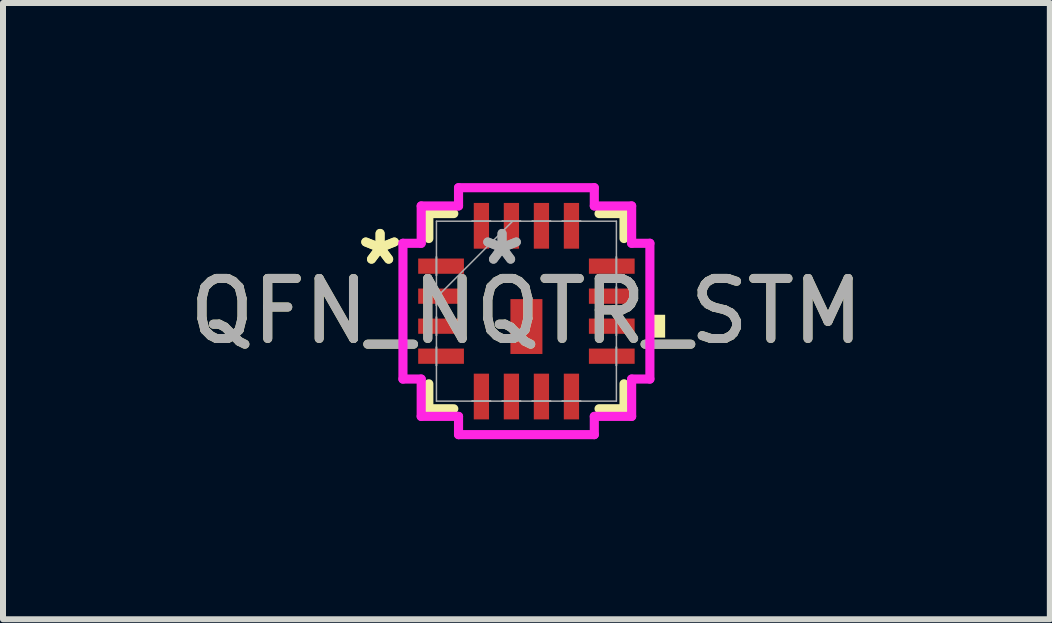
<source format=kicad_pcb>
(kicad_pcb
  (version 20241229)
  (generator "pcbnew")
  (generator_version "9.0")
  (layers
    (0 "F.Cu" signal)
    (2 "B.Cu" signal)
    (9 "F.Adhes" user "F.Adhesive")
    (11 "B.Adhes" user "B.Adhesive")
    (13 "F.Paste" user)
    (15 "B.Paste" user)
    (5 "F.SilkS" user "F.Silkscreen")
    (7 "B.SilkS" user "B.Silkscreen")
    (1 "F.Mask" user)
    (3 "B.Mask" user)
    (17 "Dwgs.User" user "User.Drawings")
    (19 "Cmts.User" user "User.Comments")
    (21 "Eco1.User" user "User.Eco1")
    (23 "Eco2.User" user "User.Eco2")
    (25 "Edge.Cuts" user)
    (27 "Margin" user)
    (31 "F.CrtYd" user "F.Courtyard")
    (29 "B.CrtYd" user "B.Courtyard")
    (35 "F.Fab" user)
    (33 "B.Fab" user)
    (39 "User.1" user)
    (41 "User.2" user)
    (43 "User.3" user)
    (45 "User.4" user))
  (footprint "QFN_NQTR_STM"
    (layer "F.Cu")
    (at 5.72 2.134)
    (property "Reference" "QFN_NQTR_STM" (at 0 0 0) (unlocked yes) (layer "F.SilkS") (effects (font (size 1 1) (thickness 0.15))))
    (attr smd)
    (fp_line (start -1.626 -1.626) (end -1.626 -1.21) (stroke (width 0.152) (type solid)) (layer "F.SilkS"))
    (fp_line (start -1.626 1.21) (end -1.626 1.626) (stroke (width 0.152) (type solid)) (layer "F.SilkS"))
    (fp_line (start -1.626 1.626) (end -1.21 1.626) (stroke (width 0.152) (type solid)) (layer "F.SilkS"))
    (fp_line (start -1.21 -1.626) (end -1.626 -1.626) (stroke (width 0.152) (type solid)) (layer "F.SilkS"))
    (fp_line (start 1.21 1.626) (end 1.626 1.626) (stroke (width 0.152) (type solid)) (layer "F.SilkS"))
    (fp_line (start 1.626 -1.626) (end 1.21 -1.626) (stroke (width 0.152) (type solid)) (layer "F.SilkS"))
    (fp_line (start 1.626 -1.21) (end 1.626 -1.626) (stroke (width 0.152) (type solid)) (layer "F.SilkS"))
    (fp_line (start 1.626 1.626) (end 1.626 1.21) (stroke (width 0.152) (type solid)) (layer "F.SilkS"))
    (fp_poly (pts (xy 2.311 0.06) (xy 2.311 0.441) (xy 2.057 0.441) (xy 2.057 0.06)) (stroke (width 0) (type solid)) (fill yes) (layer "F.SilkS"))
    (fp_line (start -2.057 -1.131) (end -1.753 -1.131) (stroke (width 0.152) (type solid)) (layer "F.CrtYd"))
    (fp_line (start -2.057 1.131) (end -2.057 -1.131) (stroke (width 0.152) (type solid)) (layer "F.CrtYd"))
    (fp_line (start -1.753 -1.753) (end -1.131 -1.753) (stroke (width 0.152) (type solid)) (layer "F.CrtYd"))
    (fp_line (start -1.753 -1.131) (end -1.753 -1.753) (stroke (width 0.152) (type solid)) (layer "F.CrtYd"))
    (fp_line (start -1.753 1.131) (end -2.057 1.131) (stroke (width 0.152) (type solid)) (layer "F.CrtYd"))
    (fp_line (start -1.753 1.753) (end -1.753 1.131) (stroke (width 0.152) (type solid)) (layer "F.CrtYd"))
    (fp_line (start -1.131 -2.057) (end 1.131 -2.057) (stroke (width 0.152) (type solid)) (layer "F.CrtYd"))
    (fp_line (start -1.131 -1.753) (end -1.131 -2.057) (stroke (width 0.152) (type solid)) (layer "F.CrtYd"))
    (fp_line (start -1.131 1.753) (end -1.753 1.753) (stroke (width 0.152) (type solid)) (layer "F.CrtYd"))
    (fp_line (start -1.131 2.057) (end -1.131 1.753) (stroke (width 0.152) (type solid)) (layer "F.CrtYd"))
    (fp_line (start 1.131 -2.057) (end 1.131 -1.753) (stroke (width 0.152) (type solid)) (layer "F.CrtYd"))
    (fp_line (start 1.131 -1.753) (end 1.753 -1.753) (stroke (width 0.152) (type solid)) (layer "F.CrtYd"))
    (fp_line (start 1.131 1.753) (end 1.131 2.057) (stroke (width 0.152) (type solid)) (layer "F.CrtYd"))
    (fp_line (start 1.131 2.057) (end -1.131 2.057) (stroke (width 0.152) (type solid)) (layer "F.CrtYd"))
    (fp_line (start 1.753 -1.753) (end 1.753 -1.131) (stroke (width 0.152) (type solid)) (layer "F.CrtYd"))
    (fp_line (start 1.753 -1.131) (end 2.057 -1.131) (stroke (width 0.152) (type solid)) (layer "F.CrtYd"))
    (fp_line (start 1.753 1.131) (end 1.753 1.753) (stroke (width 0.152) (type solid)) (layer "F.CrtYd"))
    (fp_line (start 1.753 1.753) (end 1.131 1.753) (stroke (width 0.152) (type solid)) (layer "F.CrtYd"))
    (fp_line (start 2.057 -1.131) (end 2.057 1.131) (stroke (width 0.152) (type solid)) (layer "F.CrtYd"))
    (fp_line (start 2.057 1.131) (end 1.753 1.131) (stroke (width 0.152) (type solid)) (layer "F.CrtYd"))
    (fp_line (start -1.499 -1.499) (end -1.499 1.499) (stroke (width 0.025) (type solid)) (layer "F.Fab"))
    (fp_line (start -1.499 -0.903) (end -1.499 -0.903) (stroke (width 0.025) (type solid)) (layer "F.Fab"))
    (fp_line (start -1.499 -0.903) (end -1.499 -0.598) (stroke (width 0.025) (type solid)) (layer "F.Fab"))
    (fp_line (start -1.499 -0.598) (end -1.499 -0.903) (stroke (width 0.025) (type solid)) (layer "F.Fab"))
    (fp_line (start -1.499 -0.598) (end -1.499 -0.598) (stroke (width 0.025) (type solid)) (layer "F.Fab"))
    (fp_line (start -1.499 -0.402) (end -1.499 -0.402) (stroke (width 0.025) (type solid)) (layer "F.Fab"))
    (fp_line (start -1.499 -0.402) (end -1.499 -0.098) (stroke (width 0.025) (type solid)) (layer "F.Fab"))
    (fp_line (start -1.499 -0.229) (end -0.229 -1.499) (stroke (width 0.025) (type solid)) (layer "F.Fab"))
    (fp_line (start -1.499 -0.098) (end -1.499 -0.402) (stroke (width 0.025) (type solid)) (layer "F.Fab"))
    (fp_line (start -1.499 -0.098) (end -1.499 -0.098) (stroke (width 0.025) (type solid)) (layer "F.Fab"))
    (fp_line (start -1.499 0.098) (end -1.499 0.098) (stroke (width 0.025) (type solid)) (layer "F.Fab"))
    (fp_line (start -1.499 0.098) (end -1.499 0.402) (stroke (width 0.025) (type solid)) (layer "F.Fab"))
    (fp_line (start -1.499 0.402) (end -1.499 0.098) (stroke (width 0.025) (type solid)) (layer "F.Fab"))
    (fp_line (start -1.499 0.402) (end -1.499 0.402) (stroke (width 0.025) (type solid)) (layer "F.Fab"))
    (fp_line (start -1.499 0.598) (end -1.499 0.598) (stroke (width 0.025) (type solid)) (layer "F.Fab"))
    (fp_line (start -1.499 0.598) (end -1.499 0.903) (stroke (width 0.025) (type solid)) (layer "F.Fab"))
    (fp_line (start -1.499 0.903) (end -1.499 0.598) (stroke (width 0.025) (type solid)) (layer "F.Fab"))
    (fp_line (start -1.499 0.903) (end -1.499 0.903) (stroke (width 0.025) (type solid)) (layer "F.Fab"))
    (fp_line (start -1.499 1.499) (end 1.499 1.499) (stroke (width 0.025) (type solid)) (layer "F.Fab"))
    (fp_line (start -0.903 -1.499) (end -0.903 -1.499) (stroke (width 0.025) (type solid)) (layer "F.Fab"))
    (fp_line (start -0.903 -1.499) (end -0.598 -1.499) (stroke (width 0.025) (type solid)) (layer "F.Fab"))
    (fp_line (start -0.903 1.499) (end -0.903 1.499) (stroke (width 0.025) (type solid)) (layer "F.Fab"))
    (fp_line (start -0.903 1.499) (end -0.598 1.499) (stroke (width 0.025) (type solid)) (layer "F.Fab"))
    (fp_line (start -0.598 -1.499) (end -0.903 -1.499) (stroke (width 0.025) (type solid)) (layer "F.Fab"))
    (fp_line (start -0.598 -1.499) (end -0.598 -1.499) (stroke (width 0.025) (type solid)) (layer "F.Fab"))
    (fp_line (start -0.598 1.499) (end -0.903 1.499) (stroke (width 0.025) (type solid)) (layer "F.Fab"))
    (fp_line (start -0.598 1.499) (end -0.598 1.499) (stroke (width 0.025) (type solid)) (layer "F.Fab"))
    (fp_line (start -0.402 -1.499) (end -0.402 -1.499) (stroke (width 0.025) (type solid)) (layer "F.Fab"))
    (fp_line (start -0.402 -1.499) (end -0.098 -1.499) (stroke (width 0.025) (type solid)) (layer "F.Fab"))
    (fp_line (start -0.402 1.499) (end -0.402 1.499) (stroke (width 0.025) (type solid)) (layer "F.Fab"))
    (fp_line (start -0.402 1.499) (end -0.098 1.499) (stroke (width 0.025) (type solid)) (layer "F.Fab"))
    (fp_line (start -0.098 -1.499) (end -0.402 -1.499) (stroke (width 0.025) (type solid)) (layer "F.Fab"))
    (fp_line (start -0.098 -1.499) (end -0.098 -1.499) (stroke (width 0.025) (type solid)) (layer "F.Fab"))
    (fp_line (start -0.098 1.499) (end -0.402 1.499) (stroke (width 0.025) (type solid)) (layer "F.Fab"))
    (fp_line (start -0.098 1.499) (end -0.098 1.499) (stroke (width 0.025) (type solid)) (layer "F.Fab"))
    (fp_line (start 0.098 -1.499) (end 0.098 -1.499) (stroke (width 0.025) (type solid)) (layer "F.Fab"))
    (fp_line (start 0.098 -1.499) (end 0.402 -1.499) (stroke (width 0.025) (type solid)) (layer "F.Fab"))
    (fp_line (start 0.098 1.499) (end 0.098 1.499) (stroke (width 0.025) (type solid)) (layer "F.Fab"))
    (fp_line (start 0.098 1.499) (end 0.402 1.499) (stroke (width 0.025) (type solid)) (layer "F.Fab"))
    (fp_line (start 0.402 -1.499) (end 0.098 -1.499) (stroke (width 0.025) (type solid)) (layer "F.Fab"))
    (fp_line (start 0.402 -1.499) (end 0.402 -1.499) (stroke (width 0.025) (type solid)) (layer "F.Fab"))
    (fp_line (start 0.402 1.499) (end 0.098 1.499) (stroke (width 0.025) (type solid)) (layer "F.Fab"))
    (fp_line (start 0.402 1.499) (end 0.402 1.499) (stroke (width 0.025) (type solid)) (layer "F.Fab"))
    (fp_line (start 0.598 -1.499) (end 0.598 -1.499) (stroke (width 0.025) (type solid)) (layer "F.Fab"))
    (fp_line (start 0.598 -1.499) (end 0.903 -1.499) (stroke (width 0.025) (type solid)) (layer "F.Fab"))
    (fp_line (start 0.598 1.499) (end 0.598 1.499) (stroke (width 0.025) (type solid)) (layer "F.Fab"))
    (fp_line (start 0.598 1.499) (end 0.903 1.499) (stroke (width 0.025) (type solid)) (layer "F.Fab"))
    (fp_line (start 0.903 -1.499) (end 0.598 -1.499) (stroke (width 0.025) (type solid)) (layer "F.Fab"))
    (fp_line (start 0.903 -1.499) (end 0.903 -1.499) (stroke (width 0.025) (type solid)) (layer "F.Fab"))
    (fp_line (start 0.903 1.499) (end 0.598 1.499) (stroke (width 0.025) (type solid)) (layer "F.Fab"))
    (fp_line (start 0.903 1.499) (end 0.903 1.499) (stroke (width 0.025) (type solid)) (layer "F.Fab"))
    (fp_line (start 1.499 -1.499) (end -1.499 -1.499) (stroke (width 0.025) (type solid)) (layer "F.Fab"))
    (fp_line (start 1.499 -0.903) (end 1.499 -0.903) (stroke (width 0.025) (type solid)) (layer "F.Fab"))
    (fp_line (start 1.499 -0.903) (end 1.499 -0.598) (stroke (width 0.025) (type solid)) (layer "F.Fab"))
    (fp_line (start 1.499 -0.598) (end 1.499 -0.903) (stroke (width 0.025) (type solid)) (layer "F.Fab"))
    (fp_line (start 1.499 -0.598) (end 1.499 -0.598) (stroke (width 0.025) (type solid)) (layer "F.Fab"))
    (fp_line (start 1.499 -0.402) (end 1.499 -0.402) (stroke (width 0.025) (type solid)) (layer "F.Fab"))
    (fp_line (start 1.499 -0.402) (end 1.499 -0.098) (stroke (width 0.025) (type solid)) (layer "F.Fab"))
    (fp_line (start 1.499 -0.098) (end 1.499 -0.402) (stroke (width 0.025) (type solid)) (layer "F.Fab"))
    (fp_line (start 1.499 -0.098) (end 1.499 -0.098) (stroke (width 0.025) (type solid)) (layer "F.Fab"))
    (fp_line (start 1.499 0.098) (end 1.499 0.098) (stroke (width 0.025) (type solid)) (layer "F.Fab"))
    (fp_line (start 1.499 0.098) (end 1.499 0.402) (stroke (width 0.025) (type solid)) (layer "F.Fab"))
    (fp_line (start 1.499 0.402) (end 1.499 0.098) (stroke (width 0.025) (type solid)) (layer "F.Fab"))
    (fp_line (start 1.499 0.402) (end 1.499 0.402) (stroke (width 0.025) (type solid)) (layer "F.Fab"))
    (fp_line (start 1.499 0.598) (end 1.499 0.598) (stroke (width 0.025) (type solid)) (layer "F.Fab"))
    (fp_line (start 1.499 0.598) (end 1.499 0.903) (stroke (width 0.025) (type solid)) (layer "F.Fab"))
    (fp_line (start 1.499 0.903) (end 1.499 0.598) (stroke (width 0.025) (type solid)) (layer "F.Fab"))
    (fp_line (start 1.499 0.903) (end 1.499 0.903) (stroke (width 0.025) (type solid)) (layer "F.Fab"))
    (fp_line (start 1.499 1.499) (end 1.499 -1.499) (stroke (width 0.025) (type solid)) (layer "F.Fab"))
    (fp_text user "*" (at -2.438 -0.75 0) (unlocked yes) (layer "F.SilkS") (effects (font (size 1 1) (thickness 0.15))))
    (fp_text user "*" (at -2.438 -0.75 0) (layer "F.SilkS") (effects (font (size 1 1) (thickness 0.15))))
    (fp_text user "${REFERENCE}" (at 0 0 0) (unlocked yes) (layer "F.Fab") (effects (font (size 1 1) (thickness 0.15))))
    (fp_text user "*" (at -0.406 -0.75 0) (unlocked yes) (layer "F.Fab") (effects (font (size 1 1) (thickness 0.15))))
    (fp_text user "*" (at -0.406 -0.75 0) (layer "F.Fab") (effects (font (size 1 1) (thickness 0.15))))
    (pad "1" smd rect (at -1.422 -0.75 90) (size 0.254 0.762) (layers "F.Cu" "F.Mask" "F.Paste"))
    (pad "2" smd rect (at -1.422 -0.25 90) (size 0.254 0.762) (layers "F.Cu" "F.Mask" "F.Paste"))
    (pad "3" smd rect (at -1.422 0.25 90) (size 0.254 0.762) (layers "F.Cu" "F.Mask" "F.Paste"))
    (pad "4" smd rect (at -1.422 0.75 90) (size 0.254 0.762) (layers "F.Cu" "F.Mask" "F.Paste"))
    (pad "5" smd rect (at -0.75 1.422) (size 0.254 0.762) (layers "F.Cu" "F.Mask" "F.Paste"))
    (pad "6" smd rect (at -0.25 1.422) (size 0.254 0.762) (layers "F.Cu" "F.Mask" "F.Paste"))
    (pad "7" smd rect (at 0.25 1.422) (size 0.254 0.762) (layers "F.Cu" "F.Mask" "F.Paste"))
    (pad "8" smd rect (at 0.75 1.422) (size 0.254 0.762) (layers "F.Cu" "F.Mask" "F.Paste"))
    (pad "9" smd rect (at 1.422 0.75 90) (size 0.254 0.762) (layers "F.Cu" "F.Mask" "F.Paste"))
    (pad "10" smd rect (at 1.422 0.25 90) (size 0.254 0.762) (layers "F.Cu" "F.Mask" "F.Paste"))
    (pad "11" smd rect (at 1.422 -0.25 90) (size 0.254 0.762) (layers "F.Cu" "F.Mask" "F.Paste"))
    (pad "12" smd rect (at 1.422 -0.75 90) (size 0.254 0.762) (layers "F.Cu" "F.Mask" "F.Paste"))
    (pad "13" smd rect (at 0.75 -1.422) (size 0.254 0.762) (layers "F.Cu" "F.Mask" "F.Paste"))
    (pad "14" smd rect (at 0.25 -1.422) (size 0.254 0.762) (layers "F.Cu" "F.Mask" "F.Paste"))
    (pad "15" smd rect (at -0.25 -1.422) (size 0.254 0.762) (layers "F.Cu" "F.Mask" "F.Paste"))
    (pad "16" smd rect (at -0.75 -1.422) (size 0.254 0.762) (layers "F.Cu" "F.Mask" "F.Paste"))
    (pad "17" smd rect (at 0 0.256) (size 0.533 0.914) (layers "F.Cu" "F.Mask" "F.Paste")))
  (gr_rect
    (start -3 -3)
    (end 14.44 7.267)
    (stroke (width 0.1) (type default))
    (fill no)
    (layer "Edge.Cuts")))
</source>
